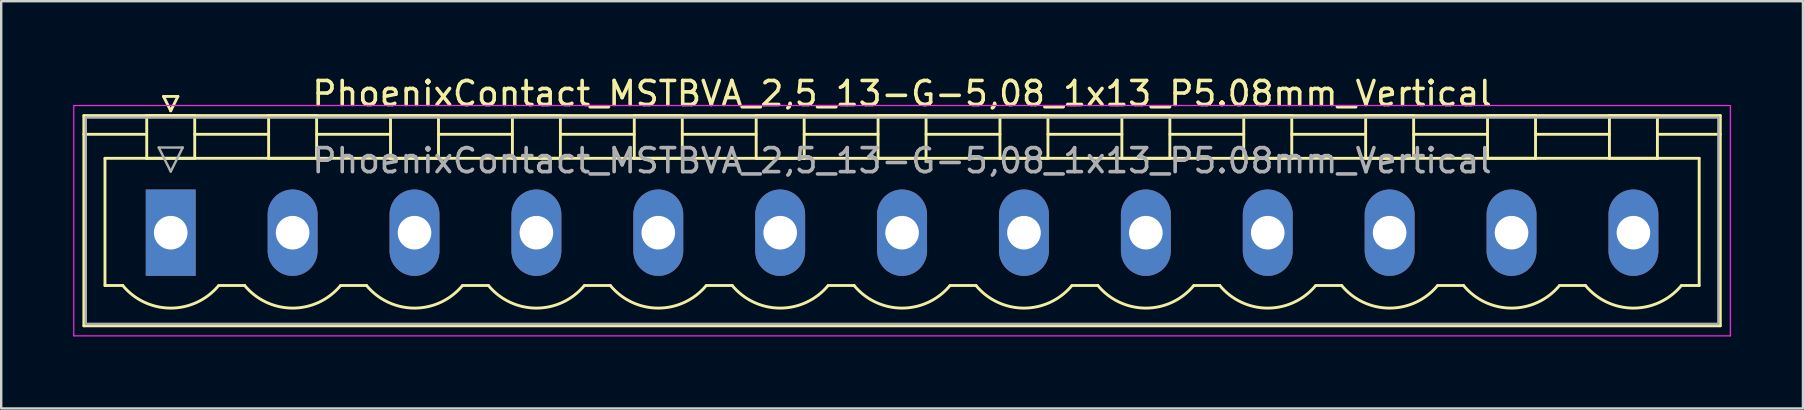
<source format=kicad_pcb>
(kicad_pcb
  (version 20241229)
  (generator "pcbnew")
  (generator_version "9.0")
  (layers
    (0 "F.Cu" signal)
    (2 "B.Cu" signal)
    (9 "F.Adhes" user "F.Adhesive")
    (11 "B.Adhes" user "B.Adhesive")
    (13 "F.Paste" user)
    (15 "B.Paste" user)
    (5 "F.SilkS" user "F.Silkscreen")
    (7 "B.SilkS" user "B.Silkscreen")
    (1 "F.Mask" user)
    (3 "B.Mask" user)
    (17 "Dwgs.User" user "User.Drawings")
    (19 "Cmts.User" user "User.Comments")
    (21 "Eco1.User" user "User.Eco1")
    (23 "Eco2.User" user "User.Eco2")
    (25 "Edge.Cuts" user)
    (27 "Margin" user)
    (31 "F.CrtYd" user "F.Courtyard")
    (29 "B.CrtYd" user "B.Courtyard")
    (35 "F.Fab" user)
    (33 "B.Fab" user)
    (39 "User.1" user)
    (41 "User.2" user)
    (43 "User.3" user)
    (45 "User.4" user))
  (footprint "PhoenixContact_MSTBVA_2,5_13-G-5,08_1x13_P5.08mm_Vertical"
    (layer "F.Cu")
    (at 4.065 6.648)
    (property "Reference" "PhoenixContact_MSTBVA_2,5_13-G-5,08_1x13_P5.08mm_Vertical" (at 30.48 -5.8 0) (layer "F.SilkS") (effects (font (size 1 1) (thickness 0.15))))
    (attr through_hole)
    (fp_line (start -3.62 -4.88) (end -3.62 3.88) (stroke (width 0.12) (type solid)) (layer "F.SilkS"))
    (fp_line (start -3.62 -4.1) (end -1.08 -4.1) (stroke (width 0.12) (type solid)) (layer "F.SilkS"))
    (fp_line (start -3.62 3.88) (end 64.58 3.88) (stroke (width 0.12) (type solid)) (layer "F.SilkS"))
    (fp_line (start -2.74 -3.1) (end 63.7 -3.1) (stroke (width 0.12) (type solid)) (layer "F.SilkS"))
    (fp_line (start -2.74 2.2) (end -2.74 -3.1) (stroke (width 0.12) (type solid)) (layer "F.SilkS"))
    (fp_line (start -2 2.2) (end -2.74 2.2) (stroke (width 0.12) (type solid)) (layer "F.SilkS"))
    (fp_line (start -1 -4.88) (end 1 -4.88) (stroke (width 0.12) (type solid)) (layer "F.SilkS"))
    (fp_line (start -1 -3.1) (end -1 -4.88) (stroke (width 0.12) (type solid)) (layer "F.SilkS"))
    (fp_line (start -0.3 -5.68) (end 0.3 -5.68) (stroke (width 0.12) (type solid)) (layer "F.SilkS"))
    (fp_line (start 0 -5.08) (end -0.3 -5.68) (stroke (width 0.12) (type solid)) (layer "F.SilkS"))
    (fp_line (start 0.3 -5.68) (end 0 -5.08) (stroke (width 0.12) (type solid)) (layer "F.SilkS"))
    (fp_line (start 1 -4.88) (end 1 -3.1) (stroke (width 0.12) (type solid)) (layer "F.SilkS"))
    (fp_line (start 1 -4.1) (end 4.08 -4.1) (stroke (width 0.12) (type solid)) (layer "F.SilkS"))
    (fp_line (start 1 -3.1) (end -1 -3.1) (stroke (width 0.12) (type solid)) (layer "F.SilkS"))
    (fp_line (start 2 2.2) (end 3.08 2.2) (stroke (width 0.12) (type solid)) (layer "F.SilkS"))
    (fp_line (start 4.08 -4.88) (end 6.08 -4.88) (stroke (width 0.12) (type solid)) (layer "F.SilkS"))
    (fp_line (start 4.08 -3.1) (end 4.08 -4.88) (stroke (width 0.12) (type solid)) (layer "F.SilkS"))
    (fp_line (start 6.08 -4.88) (end 6.08 -3.1) (stroke (width 0.12) (type solid)) (layer "F.SilkS"))
    (fp_line (start 6.08 -4.1) (end 9.16 -4.1) (stroke (width 0.12) (type solid)) (layer "F.SilkS"))
    (fp_line (start 6.08 -3.1) (end 4.08 -3.1) (stroke (width 0.12) (type solid)) (layer "F.SilkS"))
    (fp_line (start 7.08 2.2) (end 8.16 2.2) (stroke (width 0.12) (type solid)) (layer "F.SilkS"))
    (fp_line (start 9.16 -4.88) (end 11.16 -4.88) (stroke (width 0.12) (type solid)) (layer "F.SilkS"))
    (fp_line (start 9.16 -3.1) (end 9.16 -4.88) (stroke (width 0.12) (type solid)) (layer "F.SilkS"))
    (fp_line (start 11.16 -4.88) (end 11.16 -3.1) (stroke (width 0.12) (type solid)) (layer "F.SilkS"))
    (fp_line (start 11.16 -4.1) (end 14.24 -4.1) (stroke (width 0.12) (type solid)) (layer "F.SilkS"))
    (fp_line (start 11.16 -3.1) (end 9.16 -3.1) (stroke (width 0.12) (type solid)) (layer "F.SilkS"))
    (fp_line (start 12.16 2.2) (end 13.24 2.2) (stroke (width 0.12) (type solid)) (layer "F.SilkS"))
    (fp_line (start 14.24 -4.88) (end 16.24 -4.88) (stroke (width 0.12) (type solid)) (layer "F.SilkS"))
    (fp_line (start 14.24 -3.1) (end 14.24 -4.88) (stroke (width 0.12) (type solid)) (layer "F.SilkS"))
    (fp_line (start 16.24 -4.88) (end 16.24 -3.1) (stroke (width 0.12) (type solid)) (layer "F.SilkS"))
    (fp_line (start 16.24 -4.1) (end 19.32 -4.1) (stroke (width 0.12) (type solid)) (layer "F.SilkS"))
    (fp_line (start 16.24 -3.1) (end 14.24 -3.1) (stroke (width 0.12) (type solid)) (layer "F.SilkS"))
    (fp_line (start 17.24 2.2) (end 18.32 2.2) (stroke (width 0.12) (type solid)) (layer "F.SilkS"))
    (fp_line (start 19.32 -4.88) (end 21.32 -4.88) (stroke (width 0.12) (type solid)) (layer "F.SilkS"))
    (fp_line (start 19.32 -3.1) (end 19.32 -4.88) (stroke (width 0.12) (type solid)) (layer "F.SilkS"))
    (fp_line (start 21.32 -4.88) (end 21.32 -3.1) (stroke (width 0.12) (type solid)) (layer "F.SilkS"))
    (fp_line (start 21.32 -4.1) (end 24.4 -4.1) (stroke (width 0.12) (type solid)) (layer "F.SilkS"))
    (fp_line (start 21.32 -3.1) (end 19.32 -3.1) (stroke (width 0.12) (type solid)) (layer "F.SilkS"))
    (fp_line (start 22.32 2.2) (end 23.4 2.2) (stroke (width 0.12) (type solid)) (layer "F.SilkS"))
    (fp_line (start 24.4 -4.88) (end 26.4 -4.88) (stroke (width 0.12) (type solid)) (layer "F.SilkS"))
    (fp_line (start 24.4 -3.1) (end 24.4 -4.88) (stroke (width 0.12) (type solid)) (layer "F.SilkS"))
    (fp_line (start 26.4 -4.88) (end 26.4 -3.1) (stroke (width 0.12) (type solid)) (layer "F.SilkS"))
    (fp_line (start 26.4 -4.1) (end 29.48 -4.1) (stroke (width 0.12) (type solid)) (layer "F.SilkS"))
    (fp_line (start 26.4 -3.1) (end 24.4 -3.1) (stroke (width 0.12) (type solid)) (layer "F.SilkS"))
    (fp_line (start 27.4 2.2) (end 28.48 2.2) (stroke (width 0.12) (type solid)) (layer "F.SilkS"))
    (fp_line (start 29.48 -4.88) (end 31.48 -4.88) (stroke (width 0.12) (type solid)) (layer "F.SilkS"))
    (fp_line (start 29.48 -3.1) (end 29.48 -4.88) (stroke (width 0.12) (type solid)) (layer "F.SilkS"))
    (fp_line (start 31.48 -4.88) (end 31.48 -3.1) (stroke (width 0.12) (type solid)) (layer "F.SilkS"))
    (fp_line (start 31.48 -4.1) (end 34.56 -4.1) (stroke (width 0.12) (type solid)) (layer "F.SilkS"))
    (fp_line (start 31.48 -3.1) (end 29.48 -3.1) (stroke (width 0.12) (type solid)) (layer "F.SilkS"))
    (fp_line (start 32.48 2.2) (end 33.56 2.2) (stroke (width 0.12) (type solid)) (layer "F.SilkS"))
    (fp_line (start 34.56 -4.88) (end 36.56 -4.88) (stroke (width 0.12) (type solid)) (layer "F.SilkS"))
    (fp_line (start 34.56 -3.1) (end 34.56 -4.88) (stroke (width 0.12) (type solid)) (layer "F.SilkS"))
    (fp_line (start 36.56 -4.88) (end 36.56 -3.1) (stroke (width 0.12) (type solid)) (layer "F.SilkS"))
    (fp_line (start 36.56 -4.1) (end 39.64 -4.1) (stroke (width 0.12) (type solid)) (layer "F.SilkS"))
    (fp_line (start 36.56 -3.1) (end 34.56 -3.1) (stroke (width 0.12) (type solid)) (layer "F.SilkS"))
    (fp_line (start 37.56 2.2) (end 38.64 2.2) (stroke (width 0.12) (type solid)) (layer "F.SilkS"))
    (fp_line (start 39.64 -4.88) (end 41.64 -4.88) (stroke (width 0.12) (type solid)) (layer "F.SilkS"))
    (fp_line (start 39.64 -3.1) (end 39.64 -4.88) (stroke (width 0.12) (type solid)) (layer "F.SilkS"))
    (fp_line (start 41.64 -4.88) (end 41.64 -3.1) (stroke (width 0.12) (type solid)) (layer "F.SilkS"))
    (fp_line (start 41.64 -4.1) (end 44.72 -4.1) (stroke (width 0.12) (type solid)) (layer "F.SilkS"))
    (fp_line (start 41.64 -3.1) (end 39.64 -3.1) (stroke (width 0.12) (type solid)) (layer "F.SilkS"))
    (fp_line (start 42.64 2.2) (end 43.72 2.2) (stroke (width 0.12) (type solid)) (layer "F.SilkS"))
    (fp_line (start 44.72 -4.88) (end 46.72 -4.88) (stroke (width 0.12) (type solid)) (layer "F.SilkS"))
    (fp_line (start 44.72 -3.1) (end 44.72 -4.88) (stroke (width 0.12) (type solid)) (layer "F.SilkS"))
    (fp_line (start 46.72 -4.88) (end 46.72 -3.1) (stroke (width 0.12) (type solid)) (layer "F.SilkS"))
    (fp_line (start 46.72 -4.1) (end 49.8 -4.1) (stroke (width 0.12) (type solid)) (layer "F.SilkS"))
    (fp_line (start 46.72 -3.1) (end 44.72 -3.1) (stroke (width 0.12) (type solid)) (layer "F.SilkS"))
    (fp_line (start 47.72 2.2) (end 48.8 2.2) (stroke (width 0.12) (type solid)) (layer "F.SilkS"))
    (fp_line (start 49.8 -4.88) (end 51.8 -4.88) (stroke (width 0.12) (type solid)) (layer "F.SilkS"))
    (fp_line (start 49.8 -3.1) (end 49.8 -4.88) (stroke (width 0.12) (type solid)) (layer "F.SilkS"))
    (fp_line (start 51.8 -4.88) (end 51.8 -3.1) (stroke (width 0.12) (type solid)) (layer "F.SilkS"))
    (fp_line (start 51.8 -4.1) (end 54.88 -4.1) (stroke (width 0.12) (type solid)) (layer "F.SilkS"))
    (fp_line (start 51.8 -3.1) (end 49.8 -3.1) (stroke (width 0.12) (type solid)) (layer "F.SilkS"))
    (fp_line (start 52.8 2.2) (end 53.88 2.2) (stroke (width 0.12) (type solid)) (layer "F.SilkS"))
    (fp_line (start 54.88 -4.88) (end 56.88 -4.88) (stroke (width 0.12) (type solid)) (layer "F.SilkS"))
    (fp_line (start 54.88 -3.1) (end 54.88 -4.88) (stroke (width 0.12) (type solid)) (layer "F.SilkS"))
    (fp_line (start 56.88 -4.88) (end 56.88 -3.1) (stroke (width 0.12) (type solid)) (layer "F.SilkS"))
    (fp_line (start 56.88 -4.1) (end 59.96 -4.1) (stroke (width 0.12) (type solid)) (layer "F.SilkS"))
    (fp_line (start 56.88 -3.1) (end 54.88 -3.1) (stroke (width 0.12) (type solid)) (layer "F.SilkS"))
    (fp_line (start 57.88 2.2) (end 58.96 2.2) (stroke (width 0.12) (type solid)) (layer "F.SilkS"))
    (fp_line (start 59.96 -4.88) (end 61.96 -4.88) (stroke (width 0.12) (type solid)) (layer "F.SilkS"))
    (fp_line (start 59.96 -3.1) (end 59.96 -4.88) (stroke (width 0.12) (type solid)) (layer "F.SilkS"))
    (fp_line (start 61.96 -4.88) (end 61.96 -3.1) (stroke (width 0.12) (type solid)) (layer "F.SilkS"))
    (fp_line (start 61.96 -3.1) (end 59.96 -3.1) (stroke (width 0.12) (type solid)) (layer "F.SilkS"))
    (fp_line (start 63.7 -3.1) (end 63.7 2.2) (stroke (width 0.12) (type solid)) (layer "F.SilkS"))
    (fp_line (start 63.7 2.2) (end 62.96 2.2) (stroke (width 0.12) (type solid)) (layer "F.SilkS"))
    (fp_line (start 64.58 -4.88) (end -3.62 -4.88) (stroke (width 0.12) (type solid)) (layer "F.SilkS"))
    (fp_line (start 64.58 -4.1) (end 62.04 -4.1) (stroke (width 0.12) (type solid)) (layer "F.SilkS"))
    (fp_line (start 64.58 3.88) (end 64.58 -4.88) (stroke (width 0.12) (type solid)) (layer "F.SilkS"))
    (fp_arc (start 1.986842 2.215821) (mid -0.010289 3.142758) (end -2 2.2) (stroke (width 0.12) (type solid)) (layer "F.SilkS"))
    (fp_arc (start 7.066842 2.215821) (mid 5.069711 3.142758) (end 3.08 2.2) (stroke (width 0.12) (type solid)) (layer "F.SilkS"))
    (fp_arc (start 12.146842 2.215821) (mid 10.149711 3.142758) (end 8.16 2.2) (stroke (width 0.12) (type solid)) (layer "F.SilkS"))
    (fp_arc (start 17.226842 2.215821) (mid 15.229711 3.142758) (end 13.24 2.2) (stroke (width 0.12) (type solid)) (layer "F.SilkS"))
    (fp_arc (start 22.306842 2.215821) (mid 20.309711 3.142758) (end 18.32 2.2) (stroke (width 0.12) (type solid)) (layer "F.SilkS"))
    (fp_arc (start 27.386842 2.215821) (mid 25.389711 3.142758) (end 23.4 2.2) (stroke (width 0.12) (type solid)) (layer "F.SilkS"))
    (fp_arc (start 32.466842 2.215821) (mid 30.469711 3.142758) (end 28.48 2.2) (stroke (width 0.12) (type solid)) (layer "F.SilkS"))
    (fp_arc (start 37.546842 2.215821) (mid 35.549711 3.142758) (end 33.56 2.2) (stroke (width 0.12) (type solid)) (layer "F.SilkS"))
    (fp_arc (start 42.626842 2.215821) (mid 40.629711 3.142758) (end 38.64 2.2) (stroke (width 0.12) (type solid)) (layer "F.SilkS"))
    (fp_arc (start 47.706842 2.215821) (mid 45.709711 3.142758) (end 43.72 2.2) (stroke (width 0.12) (type solid)) (layer "F.SilkS"))
    (fp_arc (start 52.786842 2.215821) (mid 50.789711 3.142758) (end 48.8 2.2) (stroke (width 0.12) (type solid)) (layer "F.SilkS"))
    (fp_arc (start 57.866842 2.215821) (mid 55.869711 3.142758) (end 53.88 2.2) (stroke (width 0.12) (type solid)) (layer "F.SilkS"))
    (fp_arc (start 62.946842 2.215821) (mid 60.949711 3.142758) (end 58.96 2.2) (stroke (width 0.12) (type solid)) (layer "F.SilkS"))
    (fp_line (start -4.04 -5.3) (end -4.04 4.3) (stroke (width 0.05) (type solid)) (layer "F.CrtYd"))
    (fp_line (start -4.04 4.3) (end 65 4.3) (stroke (width 0.05) (type solid)) (layer "F.CrtYd"))
    (fp_line (start 65 -5.3) (end -4.04 -5.3) (stroke (width 0.05) (type solid)) (layer "F.CrtYd"))
    (fp_line (start 65 4.3) (end 65 -5.3) (stroke (width 0.05) (type solid)) (layer "F.CrtYd"))
    (fp_line (start -3.54 -4.8) (end -3.54 3.8) (stroke (width 0.1) (type solid)) (layer "F.Fab"))
    (fp_line (start -3.54 3.8) (end 64.5 3.8) (stroke (width 0.1) (type solid)) (layer "F.Fab"))
    (fp_line (start -0.5 -3.55) (end 0.5 -3.55) (stroke (width 0.1) (type solid)) (layer "F.Fab"))
    (fp_line (start 0 -2.55) (end -0.5 -3.55) (stroke (width 0.1) (type solid)) (layer "F.Fab"))
    (fp_line (start 0.5 -3.55) (end 0 -2.55) (stroke (width 0.1) (type solid)) (layer "F.Fab"))
    (fp_line (start 64.5 -4.8) (end -3.54 -4.8) (stroke (width 0.1) (type solid)) (layer "F.Fab"))
    (fp_line (start 64.5 3.8) (end 64.5 -4.8) (stroke (width 0.1) (type solid)) (layer "F.Fab"))
    (fp_text user "${REFERENCE}" (at 30.48 -3 0) (layer "F.Fab") (effects (font (size 1 1) (thickness 0.15))))
    (pad "1" thru_hole rect (at 0 0) (size 2.08 3.6) (drill 1.4) (layers "*.Cu" "*.Mask"))
    (pad "2" thru_hole oval (at 5.08 0) (size 2.08 3.6) (drill 1.4) (layers "*.Cu" "*.Mask"))
    (pad "3" thru_hole oval (at 10.16 0) (size 2.08 3.6) (drill 1.4) (layers "*.Cu" "*.Mask"))
    (pad "4" thru_hole oval (at 15.24 0) (size 2.08 3.6) (drill 1.4) (layers "*.Cu" "*.Mask"))
    (pad "5" thru_hole oval (at 20.32 0) (size 2.08 3.6) (drill 1.4) (layers "*.Cu" "*.Mask"))
    (pad "6" thru_hole oval (at 25.4 0) (size 2.08 3.6) (drill 1.4) (layers "*.Cu" "*.Mask"))
    (pad "7" thru_hole oval (at 30.48 0) (size 2.08 3.6) (drill 1.4) (layers "*.Cu" "*.Mask"))
    (pad "8" thru_hole oval (at 35.56 0) (size 2.08 3.6) (drill 1.4) (layers "*.Cu" "*.Mask"))
    (pad "9" thru_hole oval (at 40.64 0) (size 2.08 3.6) (drill 1.4) (layers "*.Cu" "*.Mask"))
    (pad "10" thru_hole oval (at 45.72 0) (size 2.08 3.6) (drill 1.4) (layers "*.Cu" "*.Mask"))
    (pad "11" thru_hole oval (at 50.8 0) (size 2.08 3.6) (drill 1.4) (layers "*.Cu" "*.Mask"))
    (pad "12" thru_hole oval (at 55.88 0) (size 2.08 3.6) (drill 1.4) (layers "*.Cu" "*.Mask"))
    (pad "13" thru_hole oval (at 60.96 0) (size 2.08 3.6) (drill 1.4) (layers "*.Cu" "*.Mask")))
  (gr_rect
    (start -3 -3)
    (end 72.09 13.973)
    (stroke (width 0.1) (type default))
    (fill no)
    (layer "Edge.Cuts")))
</source>
